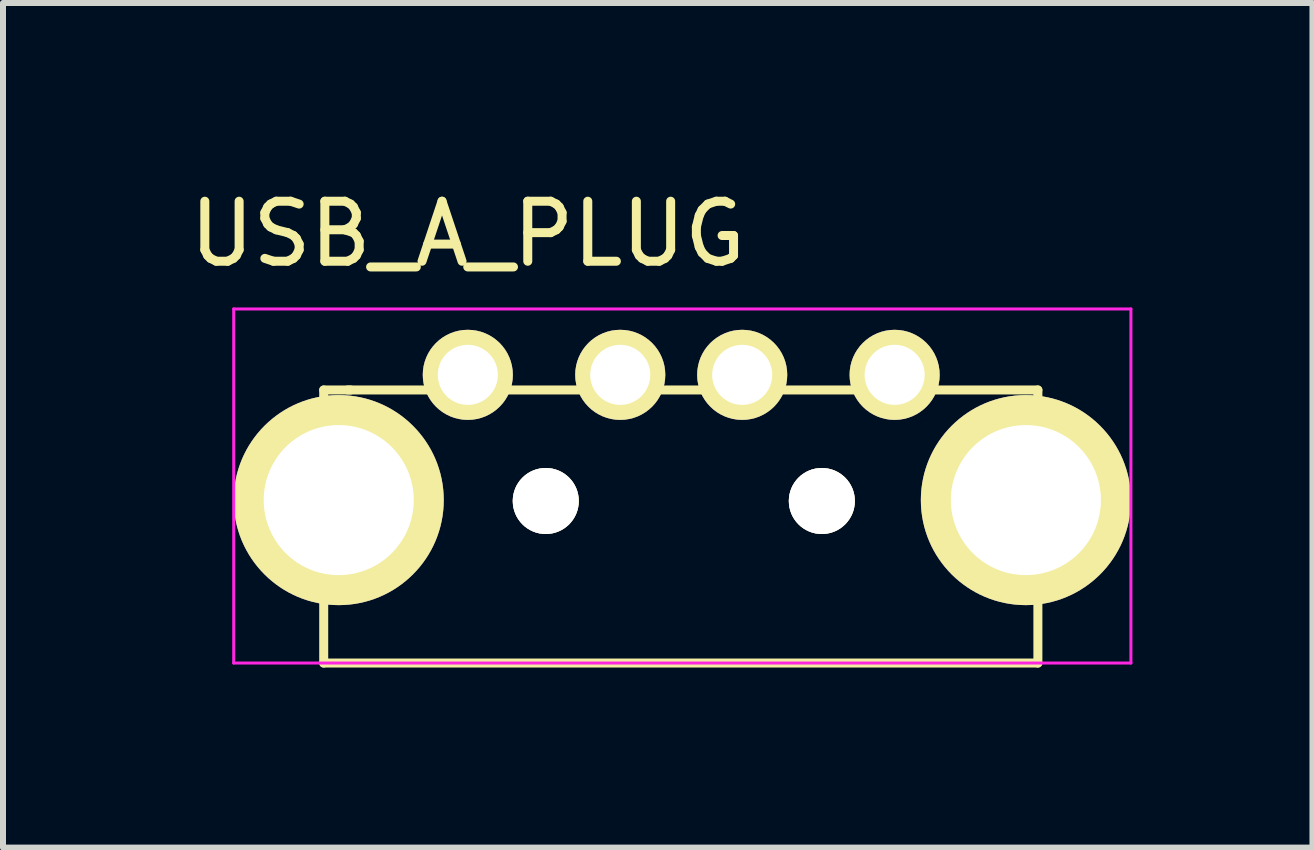
<source format=kicad_pcb>
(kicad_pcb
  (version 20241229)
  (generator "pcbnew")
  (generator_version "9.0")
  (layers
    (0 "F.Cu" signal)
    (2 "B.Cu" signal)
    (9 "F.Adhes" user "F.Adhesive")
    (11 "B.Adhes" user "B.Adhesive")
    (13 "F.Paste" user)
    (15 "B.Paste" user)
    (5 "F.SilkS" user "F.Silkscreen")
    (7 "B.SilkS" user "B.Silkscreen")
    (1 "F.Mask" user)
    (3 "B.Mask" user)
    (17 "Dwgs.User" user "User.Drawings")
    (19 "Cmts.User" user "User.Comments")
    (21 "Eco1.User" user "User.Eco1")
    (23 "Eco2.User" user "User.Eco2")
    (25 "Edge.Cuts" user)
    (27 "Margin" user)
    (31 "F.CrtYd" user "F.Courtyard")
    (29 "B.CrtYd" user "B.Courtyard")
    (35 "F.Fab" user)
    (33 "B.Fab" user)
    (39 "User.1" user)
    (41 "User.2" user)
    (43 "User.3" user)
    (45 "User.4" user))
  (footprint "USB_A_PLUG"
    (layer "F.Cu")
    (at 4.744 3.198)
    (property "Reference" "USB_A_PLUG" (at 0 -2.35 0) (layer "F.SilkS") (effects (font (size 1 1) (thickness 0.15))))
    (attr through_hole)
    (fp_line (start -2.4 0.25) (end 9.5 0.25) (stroke (width 0.15) (type solid)) (layer "F.SilkS"))
    (fp_line (start -2.4 4.8) (end -2.4 0.25) (stroke (width 0.15) (type solid)) (layer "F.SilkS"))
    (fp_line (start -2 0.25) (end -1.95 0.25) (stroke (width 0.15) (type solid)) (layer "F.SilkS"))
    (fp_line (start 9.5 0.25) (end 9.5 4.8) (stroke (width 0.15) (type solid)) (layer "F.SilkS"))
    (fp_line (start 9.5 4.8) (end -2.4 4.8) (stroke (width 0.15) (type solid)) (layer "F.SilkS"))
    (fp_line (start -3.9 -1.1) (end 11.05 -1.1) (stroke (width 0.05) (type solid)) (layer "F.CrtYd"))
    (fp_line (start -3.9 4.8) (end -3.9 -1.1) (stroke (width 0.05) (type solid)) (layer "F.CrtYd"))
    (fp_line (start -3.9 4.8) (end 11.05 4.8) (stroke (width 0.05) (type solid)) (layer "F.CrtYd"))
    (fp_line (start 11.05 -1.1) (end 11.05 4.8) (stroke (width 0.05) (type solid)) (layer "F.CrtYd"))
    (pad "1" thru_hole circle (at 7.113 -0.002 270) (size 1.501 1.501) (drill 1.001) (layers "*.Cu" "*.Mask" "F.SilkS"))
    (pad "2" thru_hole circle (at 4.573 -0.002 270) (size 1.501 1.501) (drill 1.001) (layers "*.Cu" "*.Mask" "F.SilkS"))
    (pad "3" thru_hole circle (at 2.541 -0.002 270) (size 1.501 1.501) (drill 1.001) (layers "*.Cu" "*.Mask" "F.SilkS"))
    (pad "4" thru_hole circle (at 0.001 -0.002 270) (size 1.501 1.501) (drill 1.001) (layers "*.Cu" "*.Mask" "F.SilkS"))
    (pad "5" thru_hole circle (at 9.3 2.085 270) (size 3.5 3.5) (drill 2.5) (layers "*.Cu" "*.Mask" "F.SilkS"))
    (pad "6" thru_hole circle (at -2.15 2.085 270) (size 3.5 3.5) (drill 2.5) (layers "*.Cu" "*.Mask" "F.SilkS"))
    (pad "7" thru_hole circle (at 5.9 2.1 270) (size 1.1 1.1) (drill 1.1) (layers "*.Cu" "*.Mask" "F.SilkS"))
    (pad "8" thru_hole circle (at 1.3 2.1 270) (size 1.1 1.1) (drill 1.1) (layers "*.Cu" "*.Mask" "F.SilkS")))
  (gr_rect
    (start -3 -3)
    (end 18.819 11.073)
    (stroke (width 0.1) (type default))
    (fill no)
    (layer "Edge.Cuts")))
</source>
